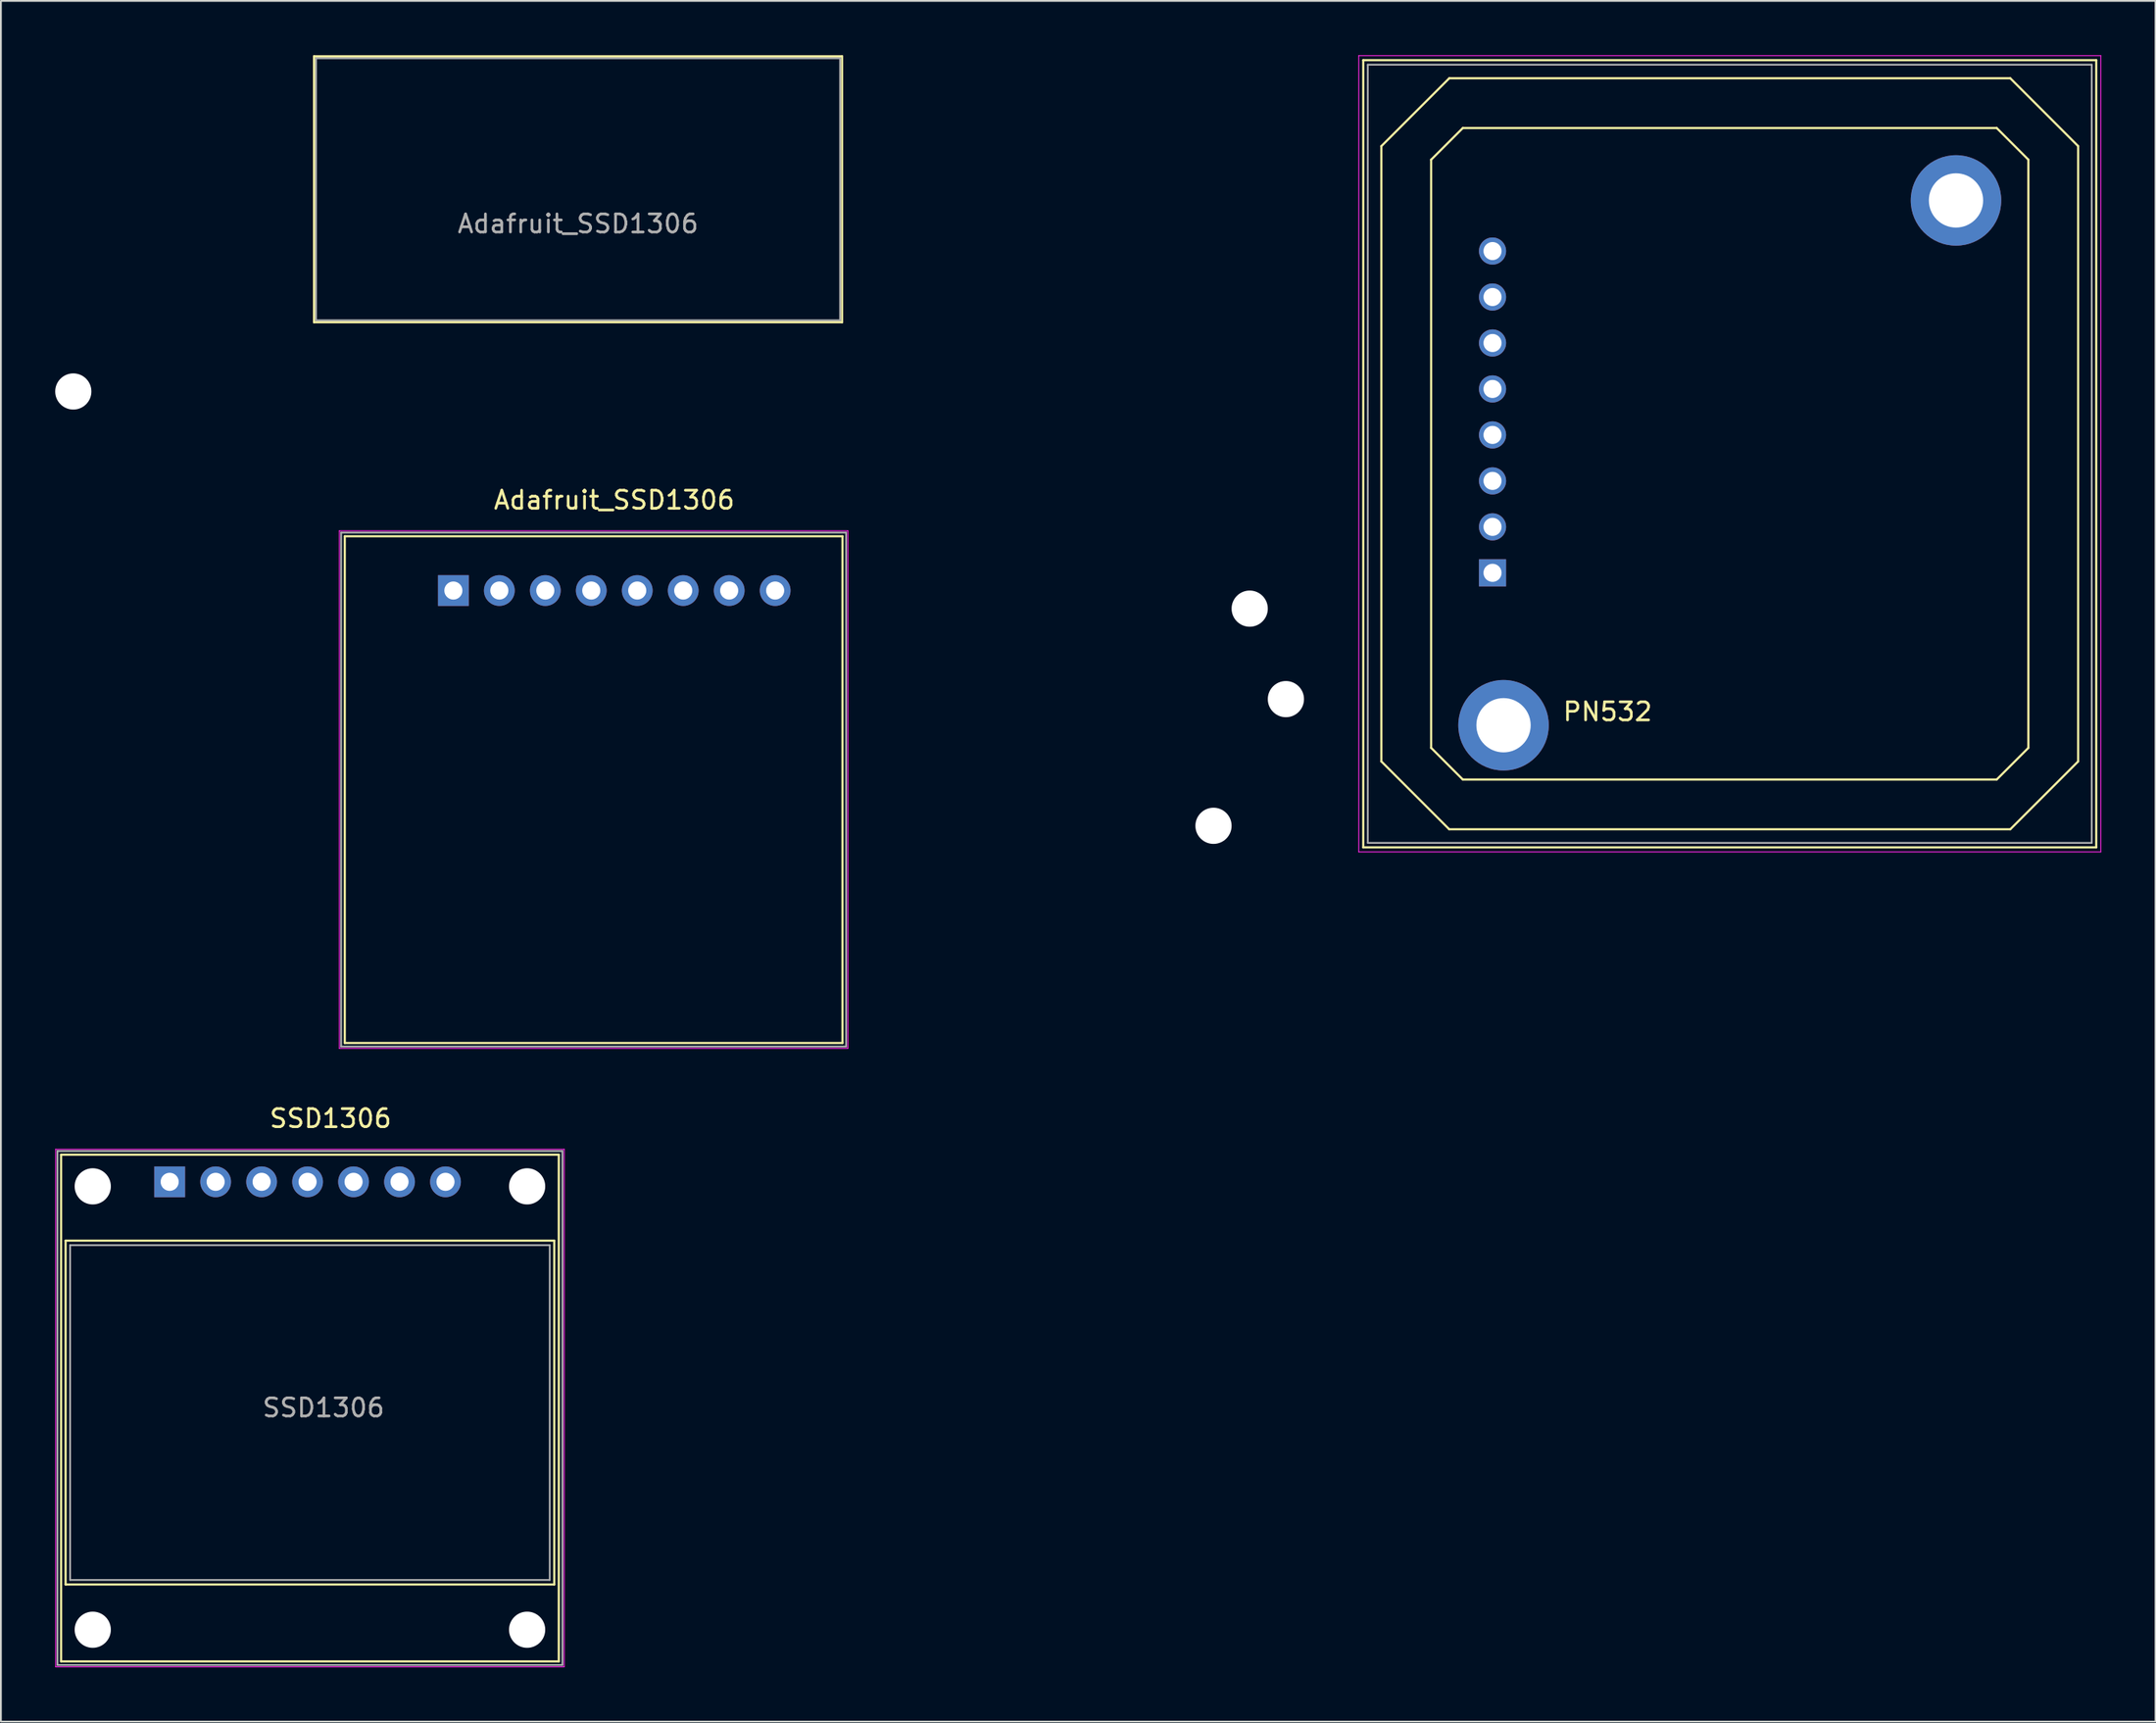
<source format=kicad_pcb>
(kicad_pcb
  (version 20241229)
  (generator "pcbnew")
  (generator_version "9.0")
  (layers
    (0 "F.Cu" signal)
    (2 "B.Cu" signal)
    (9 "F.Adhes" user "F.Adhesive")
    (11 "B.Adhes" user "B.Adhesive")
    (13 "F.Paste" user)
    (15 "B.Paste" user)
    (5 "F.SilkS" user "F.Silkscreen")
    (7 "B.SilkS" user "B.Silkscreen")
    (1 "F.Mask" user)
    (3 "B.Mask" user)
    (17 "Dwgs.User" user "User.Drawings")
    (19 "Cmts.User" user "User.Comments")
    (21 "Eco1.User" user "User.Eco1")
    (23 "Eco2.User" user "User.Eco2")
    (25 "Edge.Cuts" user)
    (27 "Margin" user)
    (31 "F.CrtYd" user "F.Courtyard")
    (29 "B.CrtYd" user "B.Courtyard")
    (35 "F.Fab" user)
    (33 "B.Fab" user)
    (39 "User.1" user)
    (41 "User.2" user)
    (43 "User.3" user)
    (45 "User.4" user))
  (footprint "PN532"
    (layer "F.Cu")
    (at 72.525 0.525)
    (property "Reference" "PN532" (at 13.25 35.75 0) (layer "F.SilkS") (effects (font (size 1 1) (thickness 0.15))))
    (attr through_hole)
    (fp_line (start -0.25 -0.25) (end -0.25 43.25) (stroke (width 0.12) (type solid)) (layer "F.SilkS"))
    (fp_line (start -0.25 -0.25) (end 40.25 -0.25) (stroke (width 0.12) (type solid)) (layer "F.SilkS"))
    (fp_line (start 0.75 4.5) (end 4.5 0.75) (stroke (width 0.12) (type solid)) (layer "F.SilkS"))
    (fp_line (start 0.75 38.5) (end 0.75 4.5) (stroke (width 0.12) (type solid)) (layer "F.SilkS"))
    (fp_line (start 3.5 5.25) (end 5.25 3.5) (stroke (width 0.12) (type solid)) (layer "F.SilkS"))
    (fp_line (start 3.5 37.75) (end 3.5 5.25) (stroke (width 0.12) (type solid)) (layer "F.SilkS"))
    (fp_line (start 4.5 42.25) (end 0.75 38.5) (stroke (width 0.12) (type solid)) (layer "F.SilkS"))
    (fp_line (start 5.25 39.5) (end 3.5 37.75) (stroke (width 0.12) (type solid)) (layer "F.SilkS"))
    (fp_line (start 34.75 3.5) (end 5.25 3.5) (stroke (width 0.12) (type solid)) (layer "F.SilkS"))
    (fp_line (start 34.75 3.5) (end 36.5 5.25) (stroke (width 0.12) (type solid)) (layer "F.SilkS"))
    (fp_line (start 34.75 39.5) (end 5.25 39.5) (stroke (width 0.12) (type solid)) (layer "F.SilkS"))
    (fp_line (start 34.75 39.5) (end 36.5 37.75) (stroke (width 0.12) (type solid)) (layer "F.SilkS"))
    (fp_line (start 35.5 0.75) (end 4.5 0.75) (stroke (width 0.12) (type solid)) (layer "F.SilkS"))
    (fp_line (start 35.5 0.75) (end 39.25 4.5) (stroke (width 0.12) (type solid)) (layer "F.SilkS"))
    (fp_line (start 35.5 42.25) (end 4.5 42.25) (stroke (width 0.12) (type solid)) (layer "F.SilkS"))
    (fp_line (start 36.5 37.75) (end 36.5 5.25) (stroke (width 0.12) (type solid)) (layer "F.SilkS"))
    (fp_line (start 39.25 4.5) (end 39.25 38.5) (stroke (width 0.12) (type solid)) (layer "F.SilkS"))
    (fp_line (start 39.25 38.5) (end 35.5 42.25) (stroke (width 0.12) (type solid)) (layer "F.SilkS"))
    (fp_line (start 40.25 -0.25) (end 40.25 43.25) (stroke (width 0.12) (type solid)) (layer "F.SilkS"))
    (fp_line (start 40.25 43.25) (end -0.25 43.25) (stroke (width 0.12) (type solid)) (layer "F.SilkS"))
    (fp_line (start -0.5 -0.5) (end 40.5 -0.5) (stroke (width 0.05) (type solid)) (layer "F.CrtYd"))
    (fp_line (start -0.5 43.5) (end -0.5 -0.5) (stroke (width 0.05) (type solid)) (layer "F.CrtYd"))
    (fp_line (start 40.5 -0.5) (end 40.5 43.5) (stroke (width 0.05) (type solid)) (layer "F.CrtYd"))
    (fp_line (start 40.5 43.5) (end -0.5 43.5) (stroke (width 0.05) (type solid)) (layer "F.CrtYd"))
    (fp_line (start 0 0) (end 40 0) (stroke (width 0.1) (type solid)) (layer "F.Fab"))
    (fp_line (start 0 43) (end 0 0) (stroke (width 0.1) (type solid)) (layer "F.Fab"))
    (fp_line (start 40 0) (end 40 43) (stroke (width 0.1) (type solid)) (layer "F.Fab"))
    (fp_line (start 40 43) (end 0 43) (stroke (width 0.1) (type solid)) (layer "F.Fab"))
    (pad "" thru_hole circle (at 7.5 36.5) (size 5 5) (drill 3) (layers "*.Cu" "*.Mask"))
    (pad "" thru_hole circle (at 32.5 7.5) (size 5 5) (drill 3) (layers "*.Cu" "*.Mask"))
    (pad "1" thru_hole rect (at 6.892 28.078 180) (size 1.5 1.5) (drill 1) (layers "*.Cu" "*.Mask"))
    (pad "2" thru_hole circle (at 6.892 25.538 180) (size 1.5 1.5) (drill 1) (layers "*.Cu" "*.Mask"))
    (pad "3" thru_hole circle (at 6.892 22.998 180) (size 1.5 1.5) (drill 1) (layers "*.Cu" "*.Mask"))
    (pad "4" thru_hole circle (at 6.892 20.458 180) (size 1.5 1.5) (drill 1) (layers "*.Cu" "*.Mask"))
    (pad "5" thru_hole circle (at 6.892 17.918 180) (size 1.5 1.5) (drill 1) (layers "*.Cu" "*.Mask"))
    (pad "6" thru_hole circle (at 6.892 15.378 180) (size 1.5 1.5) (drill 1) (layers "*.Cu" "*.Mask"))
    (pad "7" thru_hole circle (at 6.892 12.838 180) (size 1.5 1.5) (drill 1) (layers "*.Cu" "*.Mask"))
    (pad "8" thru_hole circle (at 6.892 10.298 180) (size 1.5 1.5) (drill 1) (layers "*.Cu" "*.Mask")))
  (footprint "Adafruit_SSD1306"
    (layer "F.Cu")
    (at 16 26.582)
    (property "Reference" "Adafruit_SSD1306" (at 14.89 -2 0) (layer "F.SilkS") (effects (font (size 1 1) (thickness 0.15))))
    (attr through_hole)
    (fp_line (start -1.698 -26.522) (end -1.698 -11.824) (stroke (width 0.12) (type solid)) (layer "F.SilkS"))
    (fp_line (start -1.698 -26.522) (end 27.478 -26.522) (stroke (width 0.12) (type solid)) (layer "F.SilkS"))
    (fp_line (start -1.698 -11.824) (end 27.478 -11.824) (stroke (width 0.12) (type solid)) (layer "F.SilkS"))
    (fp_line (start 0 0) (end 0 28) (stroke (width 0.12) (type solid)) (layer "F.SilkS"))
    (fp_line (start 0 0) (end 27.5 0) (stroke (width 0.12) (type solid)) (layer "F.SilkS"))
    (fp_line (start 0 28) (end 27.5 28) (stroke (width 0.12) (type solid)) (layer "F.SilkS"))
    (fp_line (start 27.478 -26.522) (end 27.478 -11.824) (stroke (width 0.12) (type solid)) (layer "F.SilkS"))
    (fp_line (start 27.5 0) (end 27.5 28) (stroke (width 0.12) (type solid)) (layer "F.SilkS"))
    (fp_line (start -0.3 -0.3) (end -0.3 28.3) (stroke (width 0.05) (type solid)) (layer "F.CrtYd"))
    (fp_line (start 27.8 -0.3) (end -0.3 -0.3) (stroke (width 0.05) (type solid)) (layer "F.CrtYd"))
    (fp_line (start 27.8 -0.3) (end 27.8 28.3) (stroke (width 0.05) (type solid)) (layer "F.CrtYd"))
    (fp_line (start 27.8 28.3) (end -0.3 28.3) (stroke (width 0.05) (type solid)) (layer "F.CrtYd"))
    (fp_line (start -1.588 -26.412) (end -1.588 -11.934) (stroke (width 0.1) (type solid)) (layer "F.Fab"))
    (fp_line (start -1.588 -26.412) (end 27.368 -26.412) (stroke (width 0.1) (type solid)) (layer "F.Fab"))
    (fp_line (start -1.588 -11.934) (end 27.368 -11.934) (stroke (width 0.1) (type solid)) (layer "F.Fab"))
    (fp_line (start -0.2 -0.2) (end -0.2 28.2) (stroke (width 0.1) (type solid)) (layer "F.Fab"))
    (fp_line (start -0.2 -0.2) (end 27.7 -0.2) (stroke (width 0.1) (type solid)) (layer "F.Fab"))
    (fp_line (start -0.2 28.2) (end 27.7 28.2) (stroke (width 0.1) (type solid)) (layer "F.Fab"))
    (fp_line (start 27.368 -26.412) (end 27.368 -11.934) (stroke (width 0.1) (type solid)) (layer "F.Fab"))
    (fp_line (start 27.7 -0.2) (end 27.7 28.2) (stroke (width 0.1) (type solid)) (layer "F.Fab"))
    (fp_text user "${REFERENCE}" (at 12.89 -17.268 0) (layer "F.Fab") (effects (font (size 1 1) (thickness 0.15))))
    (pad "" np_thru_hole circle (at -15 -8) (size 2 2) (drill 2) (layers "*.Cu" "*.Mask"))
    (pad "" np_thru_hole circle (at 48 16) (size 2 2) (drill 2) (layers "*.Cu" "*.Mask"))
    (pad "" np_thru_hole circle (at 50 4) (size 2 2) (drill 2) (layers "*.Cu" "*.Mask"))
    (pad "" np_thru_hole circle (at 52 9) (size 2 2) (drill 2) (layers "*.Cu" "*.Mask"))
    (pad "1" thru_hole rect (at 6 3) (size 1.7 1.7) (drill 1) (layers "*.Cu" "*.Mask"))
    (pad "2" thru_hole circle (at 8.54 3) (size 1.7 1.7) (drill 1) (layers "*.Cu" "*.Mask"))
    (pad "3" thru_hole circle (at 11.08 3) (size 1.7 1.7) (drill 1) (layers "*.Cu" "*.Mask"))
    (pad "4" thru_hole circle (at 13.62 3) (size 1.7 1.7) (drill 1) (layers "*.Cu" "*.Mask"))
    (pad "5" thru_hole circle (at 16.16 3) (size 1.7 1.7) (drill 1) (layers "*.Cu" "*.Mask"))
    (pad "6" thru_hole circle (at 18.7 3) (size 1.7 1.7) (drill 1) (layers "*.Cu" "*.Mask"))
    (pad "7" thru_hole circle (at 21.24 3) (size 1.7 1.7) (drill 1) (layers "*.Cu" "*.Mask"))
    (pad "8" thru_hole circle (at 23.78 3) (size 1.7 1.7) (drill 1) (layers "*.Cu" "*.Mask")))
  (footprint "SSD1306"
    (layer "F.Cu")
    (at 0.325 60.755)
    (property "Reference" "SSD1306" (at 14.89 -2 0) (layer "F.SilkS") (effects (font (size 1 1) (thickness 0.15))))
    (attr through_hole)
    (fp_line (start 0 0) (end 0 28) (stroke (width 0.12) (type solid)) (layer "F.SilkS"))
    (fp_line (start 0 0) (end 27.5 0) (stroke (width 0.12) (type solid)) (layer "F.SilkS"))
    (fp_line (start 0 28) (end 27.5 28) (stroke (width 0.12) (type solid)) (layer "F.SilkS"))
    (fp_line (start 0.25 4.75) (end 0.25 23.75) (stroke (width 0.12) (type solid)) (layer "F.SilkS"))
    (fp_line (start 0.25 4.75) (end 27.25 4.75) (stroke (width 0.12) (type solid)) (layer "F.SilkS"))
    (fp_line (start 0.25 23.75) (end 27.25 23.75) (stroke (width 0.12) (type solid)) (layer "F.SilkS"))
    (fp_line (start 27.25 4.75) (end 27.25 23.75) (stroke (width 0.12) (type solid)) (layer "F.SilkS"))
    (fp_line (start 27.5 0) (end 27.5 28) (stroke (width 0.12) (type solid)) (layer "F.SilkS"))
    (fp_line (start -0.3 -0.3) (end -0.3 28.3) (stroke (width 0.05) (type solid)) (layer "F.CrtYd"))
    (fp_line (start 27.8 -0.3) (end -0.3 -0.3) (stroke (width 0.05) (type solid)) (layer "F.CrtYd"))
    (fp_line (start 27.8 -0.3) (end 27.8 28.3) (stroke (width 0.05) (type solid)) (layer "F.CrtYd"))
    (fp_line (start 27.8 28.3) (end -0.3 28.3) (stroke (width 0.05) (type solid)) (layer "F.CrtYd"))
    (fp_line (start -0.2 -0.2) (end -0.2 28.2) (stroke (width 0.1) (type solid)) (layer "F.Fab"))
    (fp_line (start -0.2 -0.2) (end 27.7 -0.2) (stroke (width 0.1) (type solid)) (layer "F.Fab"))
    (fp_line (start -0.2 28.2) (end 27.7 28.2) (stroke (width 0.1) (type solid)) (layer "F.Fab"))
    (fp_line (start 0.5 5) (end 0.5 23.5) (stroke (width 0.1) (type solid)) (layer "F.Fab"))
    (fp_line (start 0.5 5) (end 27 5) (stroke (width 0.1) (type solid)) (layer "F.Fab"))
    (fp_line (start 0.5 23.5) (end 27 23.5) (stroke (width 0.1) (type solid)) (layer "F.Fab"))
    (fp_line (start 27 5) (end 27 23.5) (stroke (width 0.1) (type solid)) (layer "F.Fab"))
    (fp_line (start 27.7 -0.2) (end 27.7 28.2) (stroke (width 0.1) (type solid)) (layer "F.Fab"))
    (fp_text user "${REFERENCE}" (at 14.5 13.982 0) (layer "F.Fab") (effects (font (size 1 1) (thickness 0.15))))
    (pad "" np_thru_hole circle (at 1.75 1.75) (size 2 2) (drill 2) (layers "*.Cu" "*.Mask"))
    (pad "" np_thru_hole circle (at 1.75 26.25) (size 2 2) (drill 2) (layers "*.Cu" "*.Mask"))
    (pad "" np_thru_hole circle (at 25.75 1.75) (size 2 2) (drill 2) (layers "*.Cu" "*.Mask"))
    (pad "" np_thru_hole circle (at 25.75 26.25) (size 2 2) (drill 2) (layers "*.Cu" "*.Mask"))
    (pad "1" thru_hole rect (at 6 1.5) (size 1.7 1.7) (drill 1) (layers "*.Cu" "*.Mask"))
    (pad "2" thru_hole circle (at 8.54 1.5) (size 1.7 1.7) (drill 1) (layers "*.Cu" "*.Mask"))
    (pad "3" thru_hole circle (at 11.08 1.5) (size 1.7 1.7) (drill 1) (layers "*.Cu" "*.Mask"))
    (pad "4" thru_hole circle (at 13.62 1.5) (size 1.7 1.7) (drill 1) (layers "*.Cu" "*.Mask"))
    (pad "5" thru_hole circle (at 16.16 1.5) (size 1.7 1.7) (drill 1) (layers "*.Cu" "*.Mask"))
    (pad "6" thru_hole circle (at 18.7 1.5) (size 1.7 1.7) (drill 1) (layers "*.Cu" "*.Mask"))
    (pad "7" thru_hole circle (at 21.24 1.5) (size 1.7 1.7) (drill 1) (layers "*.Cu" "*.Mask")))
  (gr_rect
    (start -3 -3)
    (end 116.05 92.08)
    (stroke (width 0.1) (type default))
    (fill no)
    (layer "Edge.Cuts")))
</source>
